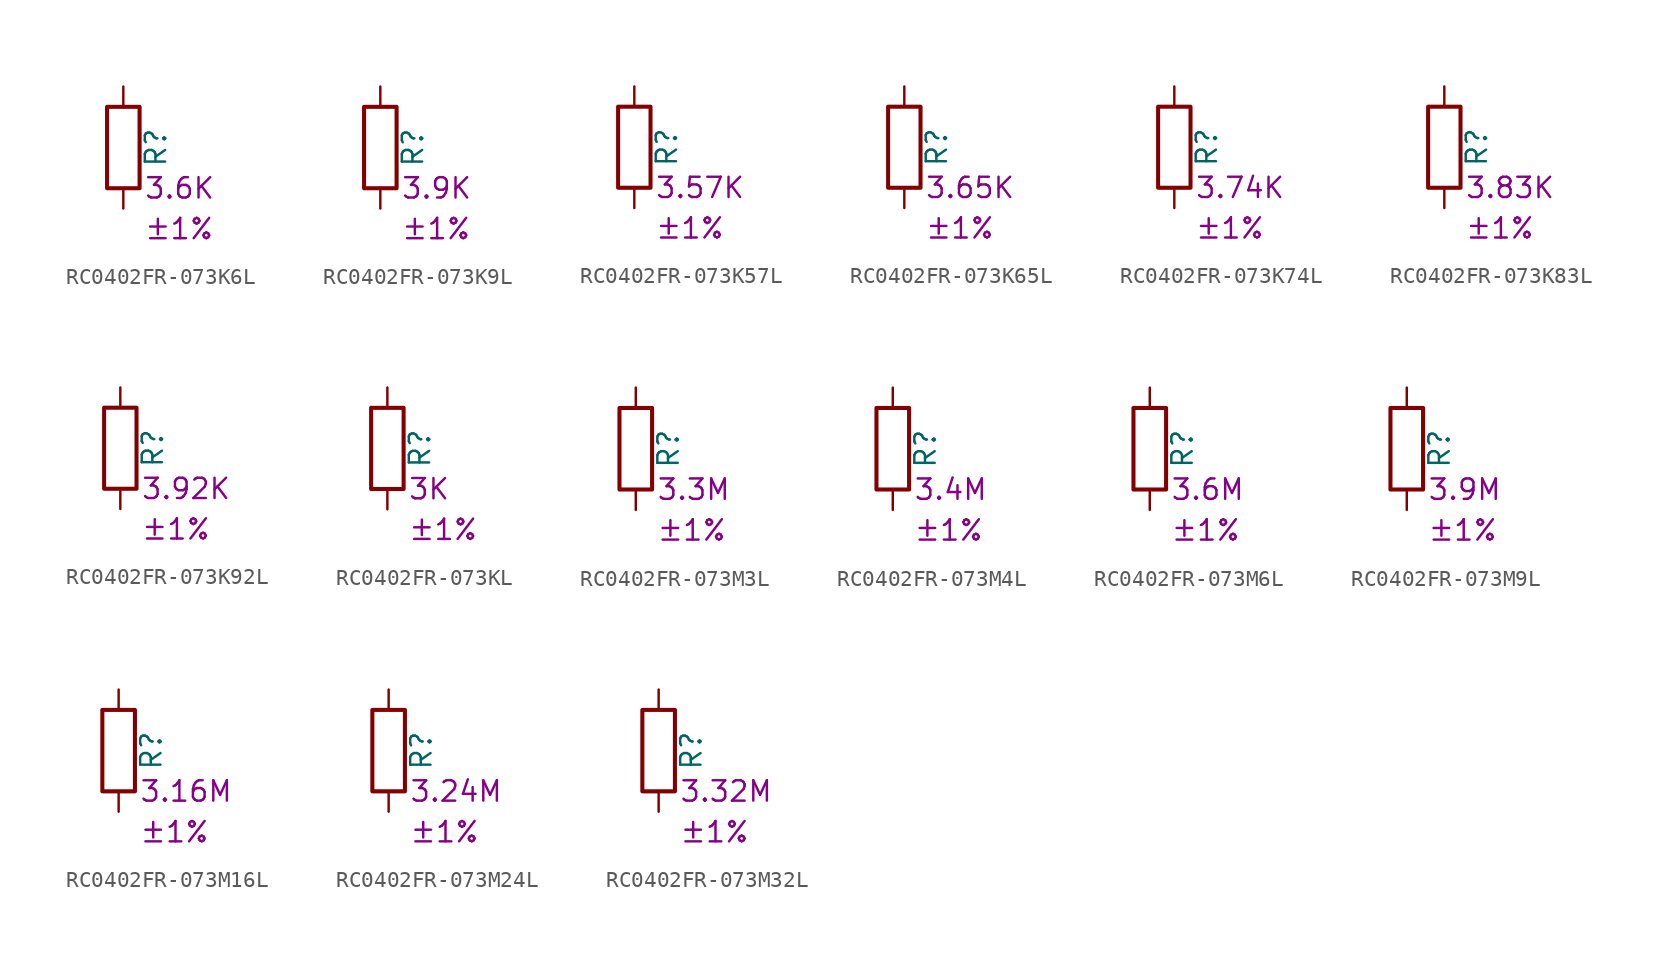
<source format=kicad_sym>
(kicad_symbol_lib
  (version 20220914)
  (generator kicad_symbol_editor)
  (symbol "RC0402FR-073K6L"
    (pin_numbers hide)
    (pin_names
      (offset 0))
    (property "Reference" "R"
      (at 2.032 0 90)
      (effects (font (size 1.27 1.27))))
    (property "Resistance" "3.6K"
      (at 1.27 -2.54 0)
      (effects (font (size 1.27 1.27)) (justify left)))
    (property "Tolerance" "±1%"
      (at 1.27 -5.08 0)
      (effects (font (size 1.27 1.27)) (justify left)))
    (symbol "RC0402FR-073K6L_0_1"
      (rectangle (start -1.016 -2.54) (end 1.016 2.54) (stroke (width 0.254) (type default)) (fill (type none))))
    (symbol "RC0402FR-073K6L_1_1"
      (pin passive line (at 0 3.81 270) (length 1.27) (name "~" (effects (font (size 1.27 1.27)))) (number "1" (effects (font (size 1.27 1.27)))))
      (pin passive line (at 0 -3.81 90) (length 1.27) (name "~" (effects (font (size 1.27 1.27)))) (number "2" (effects (font (size 1.27 1.27)))))))
  (symbol "RC0402FR-073K9L"
    (pin_numbers hide)
    (pin_names
      (offset 0))
    (property "Reference" "R"
      (at 2.032 0 90)
      (effects (font (size 1.27 1.27))))
    (property "Resistance" "3.9K"
      (at 1.27 -2.54 0)
      (effects (font (size 1.27 1.27)) (justify left)))
    (property "Tolerance" "±1%"
      (at 1.27 -5.08 0)
      (effects (font (size 1.27 1.27)) (justify left)))
    (symbol "RC0402FR-073K9L_0_1"
      (rectangle (start -1.016 -2.54) (end 1.016 2.54) (stroke (width 0.254) (type default)) (fill (type none))))
    (symbol "RC0402FR-073K9L_1_1"
      (pin passive line (at 0 3.81 270) (length 1.27) (name "~" (effects (font (size 1.27 1.27)))) (number "1" (effects (font (size 1.27 1.27)))))
      (pin passive line (at 0 -3.81 90) (length 1.27) (name "~" (effects (font (size 1.27 1.27)))) (number "2" (effects (font (size 1.27 1.27)))))))
  (symbol "RC0402FR-073K57L"
    (pin_numbers hide)
    (pin_names
      (offset 0))
    (property "Reference" "R"
      (at 2.032 0 90)
      (effects (font (size 1.27 1.27))))
    (property "Resistance" "3.57K"
      (at 1.27 -2.54 0)
      (effects (font (size 1.27 1.27)) (justify left)))
    (property "Tolerance" "±1%"
      (at 1.27 -5.08 0)
      (effects (font (size 1.27 1.27)) (justify left)))
    (symbol "RC0402FR-073K57L_0_1"
      (rectangle (start -1.016 -2.54) (end 1.016 2.54) (stroke (width 0.254) (type default)) (fill (type none))))
    (symbol "RC0402FR-073K57L_1_1"
      (pin passive line (at 0 3.81 270) (length 1.27) (name "~" (effects (font (size 1.27 1.27)))) (number "1" (effects (font (size 1.27 1.27)))))
      (pin passive line (at 0 -3.81 90) (length 1.27) (name "~" (effects (font (size 1.27 1.27)))) (number "2" (effects (font (size 1.27 1.27)))))))
  (symbol "RC0402FR-073K65L"
    (pin_numbers hide)
    (pin_names
      (offset 0))
    (property "Reference" "R"
      (at 2.032 0 90)
      (effects (font (size 1.27 1.27))))
    (property "Resistance" "3.65K"
      (at 1.27 -2.54 0)
      (effects (font (size 1.27 1.27)) (justify left)))
    (property "Tolerance" "±1%"
      (at 1.27 -5.08 0)
      (effects (font (size 1.27 1.27)) (justify left)))
    (symbol "RC0402FR-073K65L_0_1"
      (rectangle (start -1.016 -2.54) (end 1.016 2.54) (stroke (width 0.254) (type default)) (fill (type none))))
    (symbol "RC0402FR-073K65L_1_1"
      (pin passive line (at 0 3.81 270) (length 1.27) (name "~" (effects (font (size 1.27 1.27)))) (number "1" (effects (font (size 1.27 1.27)))))
      (pin passive line (at 0 -3.81 90) (length 1.27) (name "~" (effects (font (size 1.27 1.27)))) (number "2" (effects (font (size 1.27 1.27)))))))
  (symbol "RC0402FR-073K74L"
    (pin_numbers hide)
    (pin_names
      (offset 0))
    (property "Reference" "R"
      (at 2.032 0 90)
      (effects (font (size 1.27 1.27))))
    (property "Resistance" "3.74K"
      (at 1.27 -2.54 0)
      (effects (font (size 1.27 1.27)) (justify left)))
    (property "Tolerance" "±1%"
      (at 1.27 -5.08 0)
      (effects (font (size 1.27 1.27)) (justify left)))
    (symbol "RC0402FR-073K74L_0_1"
      (rectangle (start -1.016 -2.54) (end 1.016 2.54) (stroke (width 0.254) (type default)) (fill (type none))))
    (symbol "RC0402FR-073K74L_1_1"
      (pin passive line (at 0 3.81 270) (length 1.27) (name "~" (effects (font (size 1.27 1.27)))) (number "1" (effects (font (size 1.27 1.27)))))
      (pin passive line (at 0 -3.81 90) (length 1.27) (name "~" (effects (font (size 1.27 1.27)))) (number "2" (effects (font (size 1.27 1.27)))))))
  (symbol "RC0402FR-073K83L"
    (pin_numbers hide)
    (pin_names
      (offset 0))
    (property "Reference" "R"
      (at 2.032 0 90)
      (effects (font (size 1.27 1.27))))
    (property "Resistance" "3.83K"
      (at 1.27 -2.54 0)
      (effects (font (size 1.27 1.27)) (justify left)))
    (property "Tolerance" "±1%"
      (at 1.27 -5.08 0)
      (effects (font (size 1.27 1.27)) (justify left)))
    (symbol "RC0402FR-073K83L_0_1"
      (rectangle (start -1.016 -2.54) (end 1.016 2.54) (stroke (width 0.254) (type default)) (fill (type none))))
    (symbol "RC0402FR-073K83L_1_1"
      (pin passive line (at 0 3.81 270) (length 1.27) (name "~" (effects (font (size 1.27 1.27)))) (number "1" (effects (font (size 1.27 1.27)))))
      (pin passive line (at 0 -3.81 90) (length 1.27) (name "~" (effects (font (size 1.27 1.27)))) (number "2" (effects (font (size 1.27 1.27)))))))
  (symbol "RC0402FR-073K92L"
    (pin_numbers hide)
    (pin_names
      (offset 0))
    (property "Reference" "R"
      (at 2.032 0 90)
      (effects (font (size 1.27 1.27))))
    (property "Resistance" "3.92K"
      (at 1.27 -2.54 0)
      (effects (font (size 1.27 1.27)) (justify left)))
    (property "Tolerance" "±1%"
      (at 1.27 -5.08 0)
      (effects (font (size 1.27 1.27)) (justify left)))
    (symbol "RC0402FR-073K92L_0_1"
      (rectangle (start -1.016 -2.54) (end 1.016 2.54) (stroke (width 0.254) (type default)) (fill (type none))))
    (symbol "RC0402FR-073K92L_1_1"
      (pin passive line (at 0 3.81 270) (length 1.27) (name "~" (effects (font (size 1.27 1.27)))) (number "1" (effects (font (size 1.27 1.27)))))
      (pin passive line (at 0 -3.81 90) (length 1.27) (name "~" (effects (font (size 1.27 1.27)))) (number "2" (effects (font (size 1.27 1.27)))))))
  (symbol "RC0402FR-073KL"
    (pin_numbers hide)
    (pin_names
      (offset 0))
    (property "Reference" "R"
      (at 2.032 0 90)
      (effects (font (size 1.27 1.27))))
    (property "Resistance" "3K"
      (at 1.27 -2.54 0)
      (effects (font (size 1.27 1.27)) (justify left)))
    (property "Tolerance" "±1%"
      (at 1.27 -5.08 0)
      (effects (font (size 1.27 1.27)) (justify left)))
    (symbol "RC0402FR-073KL_0_1"
      (rectangle (start -1.016 -2.54) (end 1.016 2.54) (stroke (width 0.254) (type default)) (fill (type none))))
    (symbol "RC0402FR-073KL_1_1"
      (pin passive line (at 0 3.81 270) (length 1.27) (name "~" (effects (font (size 1.27 1.27)))) (number "1" (effects (font (size 1.27 1.27)))))
      (pin passive line (at 0 -3.81 90) (length 1.27) (name "~" (effects (font (size 1.27 1.27)))) (number "2" (effects (font (size 1.27 1.27)))))))
  (symbol "RC0402FR-073M3L"
    (pin_numbers hide)
    (pin_names
      (offset 0))
    (property "Reference" "R"
      (at 2.032 0 90)
      (effects (font (size 1.27 1.27))))
    (property "Resistance" "3.3M"
      (at 1.27 -2.54 0)
      (effects (font (size 1.27 1.27)) (justify left)))
    (property "Tolerance" "±1%"
      (at 1.27 -5.08 0)
      (effects (font (size 1.27 1.27)) (justify left)))
    (symbol "RC0402FR-073M3L_0_1"
      (rectangle (start -1.016 -2.54) (end 1.016 2.54) (stroke (width 0.254) (type default)) (fill (type none))))
    (symbol "RC0402FR-073M3L_1_1"
      (pin passive line (at 0 3.81 270) (length 1.27) (name "~" (effects (font (size 1.27 1.27)))) (number "1" (effects (font (size 1.27 1.27)))))
      (pin passive line (at 0 -3.81 90) (length 1.27) (name "~" (effects (font (size 1.27 1.27)))) (number "2" (effects (font (size 1.27 1.27)))))))
  (symbol "RC0402FR-073M4L"
    (pin_numbers hide)
    (pin_names
      (offset 0))
    (property "Reference" "R"
      (at 2.032 0 90)
      (effects (font (size 1.27 1.27))))
    (property "Resistance" "3.4M"
      (at 1.27 -2.54 0)
      (effects (font (size 1.27 1.27)) (justify left)))
    (property "Tolerance" "±1%"
      (at 1.27 -5.08 0)
      (effects (font (size 1.27 1.27)) (justify left)))
    (symbol "RC0402FR-073M4L_0_1"
      (rectangle (start -1.016 -2.54) (end 1.016 2.54) (stroke (width 0.254) (type default)) (fill (type none))))
    (symbol "RC0402FR-073M4L_1_1"
      (pin passive line (at 0 3.81 270) (length 1.27) (name "~" (effects (font (size 1.27 1.27)))) (number "1" (effects (font (size 1.27 1.27)))))
      (pin passive line (at 0 -3.81 90) (length 1.27) (name "~" (effects (font (size 1.27 1.27)))) (number "2" (effects (font (size 1.27 1.27)))))))
  (symbol "RC0402FR-073M6L"
    (pin_numbers hide)
    (pin_names
      (offset 0))
    (property "Reference" "R"
      (at 2.032 0 90)
      (effects (font (size 1.27 1.27))))
    (property "Resistance" "3.6M"
      (at 1.27 -2.54 0)
      (effects (font (size 1.27 1.27)) (justify left)))
    (property "Tolerance" "±1%"
      (at 1.27 -5.08 0)
      (effects (font (size 1.27 1.27)) (justify left)))
    (symbol "RC0402FR-073M6L_0_1"
      (rectangle (start -1.016 -2.54) (end 1.016 2.54) (stroke (width 0.254) (type default)) (fill (type none))))
    (symbol "RC0402FR-073M6L_1_1"
      (pin passive line (at 0 3.81 270) (length 1.27) (name "~" (effects (font (size 1.27 1.27)))) (number "1" (effects (font (size 1.27 1.27)))))
      (pin passive line (at 0 -3.81 90) (length 1.27) (name "~" (effects (font (size 1.27 1.27)))) (number "2" (effects (font (size 1.27 1.27)))))))
  (symbol "RC0402FR-073M9L"
    (pin_numbers hide)
    (pin_names
      (offset 0))
    (property "Reference" "R"
      (at 2.032 0 90)
      (effects (font (size 1.27 1.27))))
    (property "Resistance" "3.9M"
      (at 1.27 -2.54 0)
      (effects (font (size 1.27 1.27)) (justify left)))
    (property "Tolerance" "±1%"
      (at 1.27 -5.08 0)
      (effects (font (size 1.27 1.27)) (justify left)))
    (symbol "RC0402FR-073M9L_0_1"
      (rectangle (start -1.016 -2.54) (end 1.016 2.54) (stroke (width 0.254) (type default)) (fill (type none))))
    (symbol "RC0402FR-073M9L_1_1"
      (pin passive line (at 0 3.81 270) (length 1.27) (name "~" (effects (font (size 1.27 1.27)))) (number "1" (effects (font (size 1.27 1.27)))))
      (pin passive line (at 0 -3.81 90) (length 1.27) (name "~" (effects (font (size 1.27 1.27)))) (number "2" (effects (font (size 1.27 1.27)))))))
  (symbol "RC0402FR-073M16L"
    (pin_numbers hide)
    (pin_names
      (offset 0))
    (property "Reference" "R"
      (at 2.032 0 90)
      (effects (font (size 1.27 1.27))))
    (property "Resistance" "3.16M"
      (at 1.27 -2.54 0)
      (effects (font (size 1.27 1.27)) (justify left)))
    (property "Tolerance" "±1%"
      (at 1.27 -5.08 0)
      (effects (font (size 1.27 1.27)) (justify left)))
    (symbol "RC0402FR-073M16L_0_1"
      (rectangle (start -1.016 -2.54) (end 1.016 2.54) (stroke (width 0.254) (type default)) (fill (type none))))
    (symbol "RC0402FR-073M16L_1_1"
      (pin passive line (at 0 3.81 270) (length 1.27) (name "~" (effects (font (size 1.27 1.27)))) (number "1" (effects (font (size 1.27 1.27)))))
      (pin passive line (at 0 -3.81 90) (length 1.27) (name "~" (effects (font (size 1.27 1.27)))) (number "2" (effects (font (size 1.27 1.27)))))))
  (symbol "RC0402FR-073M24L"
    (pin_numbers hide)
    (pin_names
      (offset 0))
    (property "Reference" "R"
      (at 2.032 0 90)
      (effects (font (size 1.27 1.27))))
    (property "Resistance" "3.24M"
      (at 1.27 -2.54 0)
      (effects (font (size 1.27 1.27)) (justify left)))
    (property "Tolerance" "±1%"
      (at 1.27 -5.08 0)
      (effects (font (size 1.27 1.27)) (justify left)))
    (symbol "RC0402FR-073M24L_0_1"
      (rectangle (start -1.016 -2.54) (end 1.016 2.54) (stroke (width 0.254) (type default)) (fill (type none))))
    (symbol "RC0402FR-073M24L_1_1"
      (pin passive line (at 0 3.81 270) (length 1.27) (name "~" (effects (font (size 1.27 1.27)))) (number "1" (effects (font (size 1.27 1.27)))))
      (pin passive line (at 0 -3.81 90) (length 1.27) (name "~" (effects (font (size 1.27 1.27)))) (number "2" (effects (font (size 1.27 1.27)))))))
  (symbol "RC0402FR-073M32L"
    (pin_numbers hide)
    (pin_names
      (offset 0))
    (property "Reference" "R"
      (at 2.032 0 90)
      (effects (font (size 1.27 1.27))))
    (property "Resistance" "3.32M"
      (at 1.27 -2.54 0)
      (effects (font (size 1.27 1.27)) (justify left)))
    (property "Tolerance" "±1%"
      (at 1.27 -5.08 0)
      (effects (font (size 1.27 1.27)) (justify left)))
    (symbol "RC0402FR-073M32L_0_1"
      (rectangle (start -1.016 -2.54) (end 1.016 2.54) (stroke (width 0.254) (type default)) (fill (type none))))
    (symbol "RC0402FR-073M32L_1_1"
      (pin passive line (at 0 3.81 270) (length 1.27) (name "~" (effects (font (size 1.27 1.27)))) (number "1" (effects (font (size 1.27 1.27)))))
      (pin passive line (at 0 -3.81 90) (length 1.27) (name "~" (effects (font (size 1.27 1.27)))) (number "2" (effects (font (size 1.27 1.27))))))))
</source>
